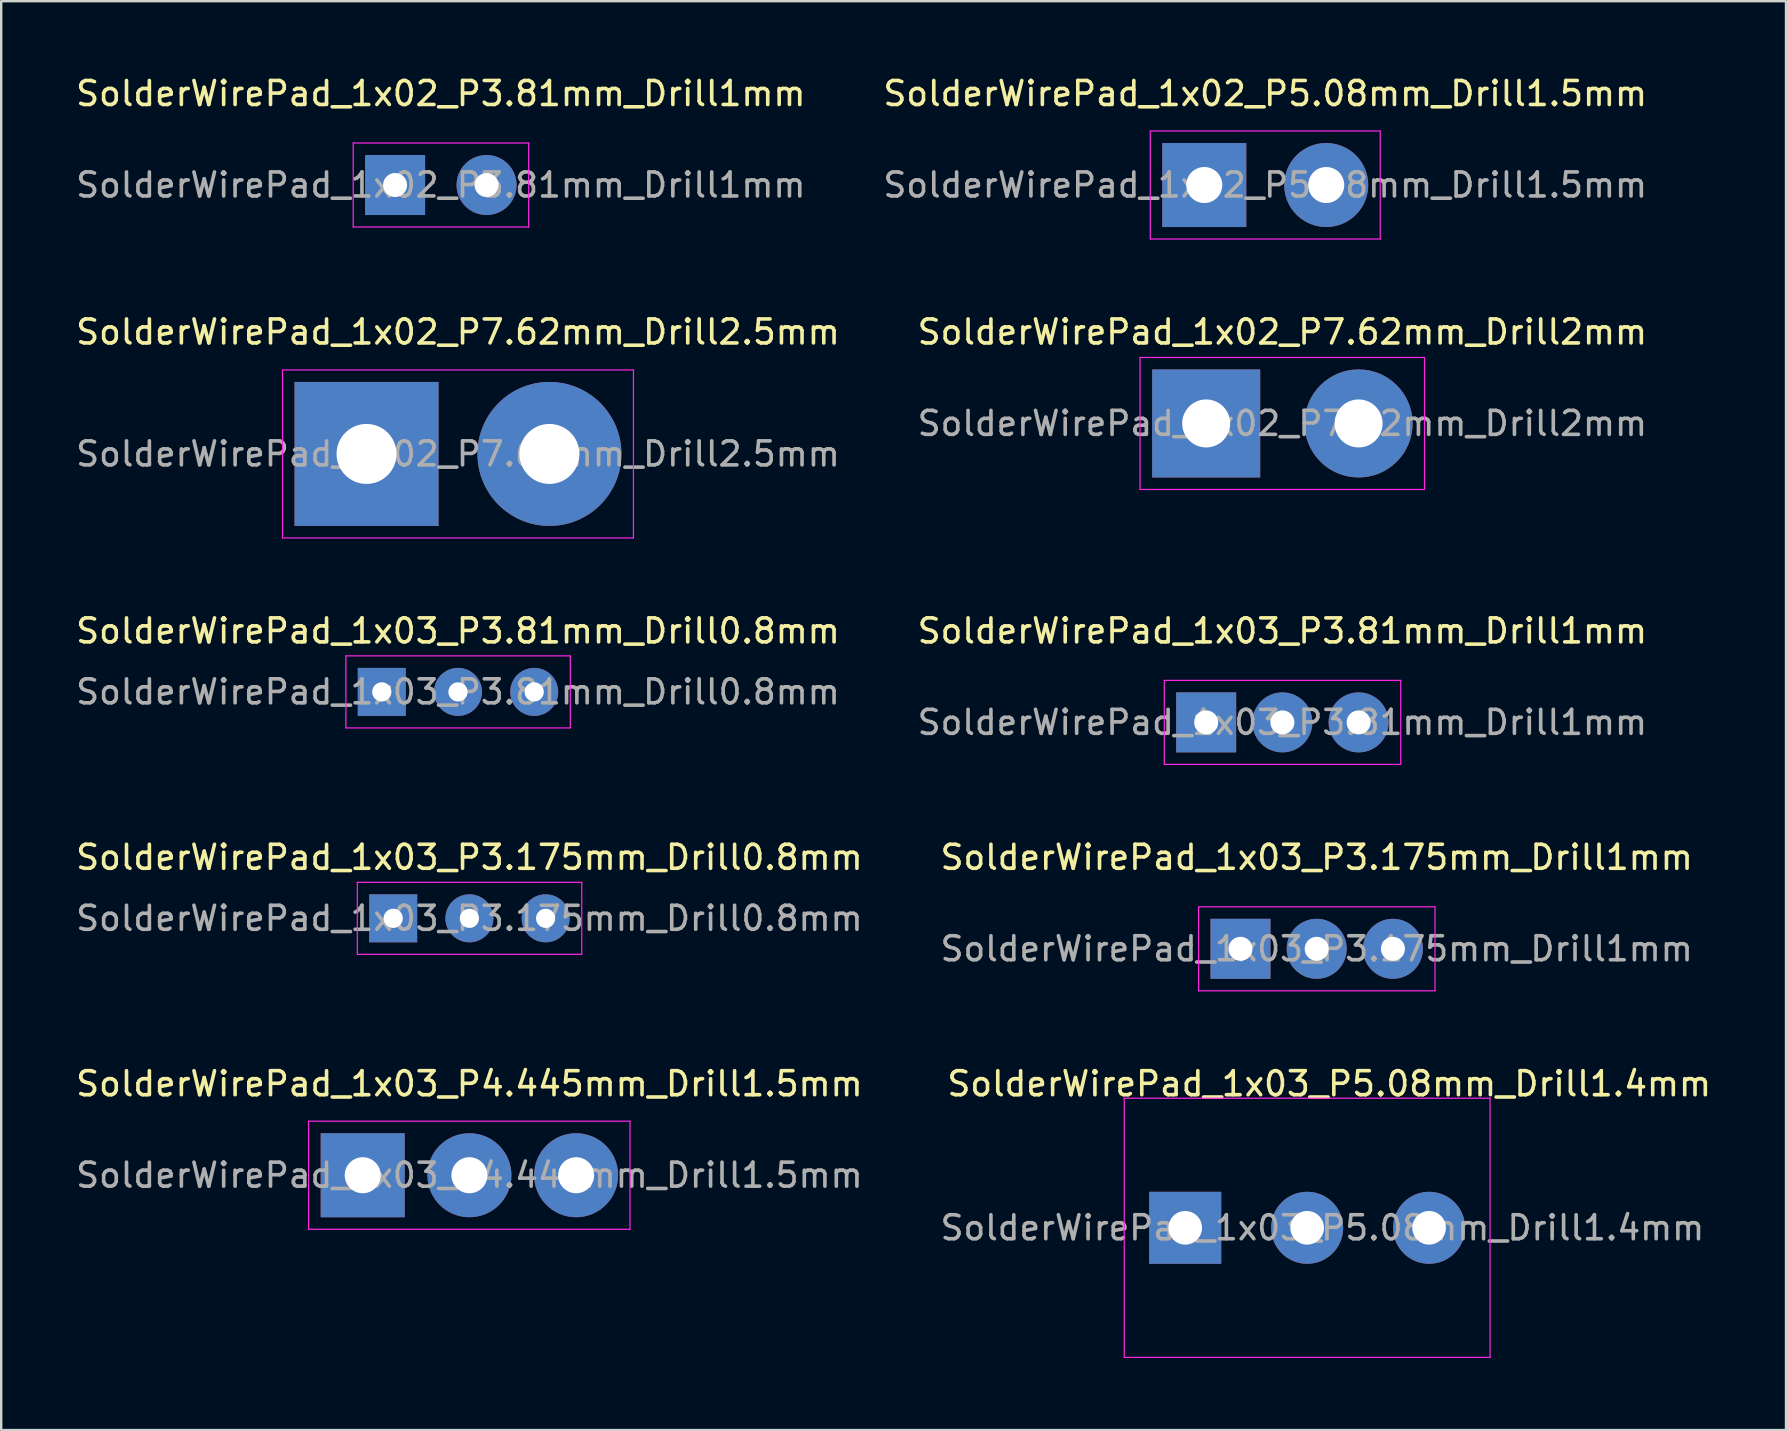
<source format=kicad_pcb>
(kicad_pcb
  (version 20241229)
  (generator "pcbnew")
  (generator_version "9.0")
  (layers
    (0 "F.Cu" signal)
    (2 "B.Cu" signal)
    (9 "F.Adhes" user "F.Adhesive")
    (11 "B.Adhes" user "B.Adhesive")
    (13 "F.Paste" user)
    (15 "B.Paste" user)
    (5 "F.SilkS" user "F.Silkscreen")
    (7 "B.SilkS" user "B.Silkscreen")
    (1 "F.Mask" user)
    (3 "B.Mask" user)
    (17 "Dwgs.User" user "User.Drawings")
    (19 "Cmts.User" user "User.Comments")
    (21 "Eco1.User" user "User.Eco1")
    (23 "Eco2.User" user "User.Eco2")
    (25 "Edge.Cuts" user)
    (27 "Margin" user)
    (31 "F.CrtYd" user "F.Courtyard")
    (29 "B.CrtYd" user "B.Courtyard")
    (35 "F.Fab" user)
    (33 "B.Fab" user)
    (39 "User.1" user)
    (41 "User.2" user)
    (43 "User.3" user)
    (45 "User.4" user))
  (footprint "SolderWirePad_1x02_P7.62mm_Drill2.5mm"
    (layer "F.Cu")
    (at 16.03 15.861)
    (property "Reference" "SolderWirePad_1x02_P7.62mm_Drill2.5mm" (at 0 -5.08 0) (layer "F.SilkS") (effects (font (size 1 1) (thickness 0.15))))
    (attr exclude_from_pos_files exclude_from_bom)
    (fp_line (start -7.31 -3.5) (end -7.31 3.5) (stroke (width 0.05) (type solid)) (layer "F.CrtYd"))
    (fp_line (start -7.31 -3.5) (end 7.31 -3.5) (stroke (width 0.05) (type solid)) (layer "F.CrtYd"))
    (fp_line (start 7.31 3.5) (end -7.31 3.5) (stroke (width 0.05) (type solid)) (layer "F.CrtYd"))
    (fp_line (start 7.31 3.5) (end 7.31 -3.5) (stroke (width 0.05) (type solid)) (layer "F.CrtYd"))
    (fp_text user "${REFERENCE}" (at 0 0 0) (layer "F.Fab") (effects (font (size 1 1) (thickness 0.15))))
    (pad "1" thru_hole rect (at -3.81 0) (size 5.999 5.999) (drill 2.499) (layers "*.Cu" "*.Mask"))
    (pad "2" thru_hole circle (at 3.81 0) (size 5.999 5.999) (drill 2.499) (layers "*.Cu" "*.Mask")))
  (footprint "SolderWirePad_1x02_P3.81mm_Drill1mm"
    (layer "F.Cu")
    (at 13.41 4.658)
    (property "Reference" "SolderWirePad_1x02_P3.81mm_Drill1mm" (at 1.905 -3.81 0) (layer "F.SilkS") (effects (font (size 1 1) (thickness 0.15))))
    (attr exclude_from_pos_files exclude_from_bom)
    (fp_line (start -1.745 -1.75) (end -1.745 1.75) (stroke (width 0.05) (type solid)) (layer "F.CrtYd"))
    (fp_line (start -1.745 -1.75) (end 5.565 -1.75) (stroke (width 0.05) (type solid)) (layer "F.CrtYd"))
    (fp_line (start 5.565 1.75) (end -1.745 1.75) (stroke (width 0.05) (type solid)) (layer "F.CrtYd"))
    (fp_line (start 5.565 1.75) (end 5.565 -1.75) (stroke (width 0.05) (type solid)) (layer "F.CrtYd"))
    (fp_text user "${REFERENCE}" (at 1.905 0 0) (layer "F.Fab") (effects (font (size 1 1) (thickness 0.15))))
    (pad "1" thru_hole rect (at 0 0) (size 2.499 2.499) (drill 1.001) (layers "*.Cu" "*.Mask"))
    (pad "2" thru_hole circle (at 3.81 0) (size 2.499 2.499) (drill 1.001) (layers "*.Cu" "*.Mask")))
  (footprint "SolderWirePad_1x03_P3.175mm_Drill0.8mm"
    (layer "F.Cu")
    (at 13.331 35.208)
    (property "Reference" "SolderWirePad_1x03_P3.175mm_Drill0.8mm" (at 3.175 -2.54 0) (layer "F.SilkS") (effects (font (size 1 1) (thickness 0.15))))
    (attr exclude_from_pos_files exclude_from_bom)
    (fp_line (start -1.495 -1.5) (end -1.495 1.5) (stroke (width 0.05) (type solid)) (layer "F.CrtYd"))
    (fp_line (start -1.495 -1.5) (end 7.855 -1.5) (stroke (width 0.05) (type solid)) (layer "F.CrtYd"))
    (fp_line (start 7.855 1.5) (end -1.495 1.5) (stroke (width 0.05) (type solid)) (layer "F.CrtYd"))
    (fp_line (start 7.855 1.5) (end 7.855 -1.5) (stroke (width 0.05) (type solid)) (layer "F.CrtYd"))
    (fp_text user "${REFERENCE}" (at 3.175 0 0) (layer "F.Fab") (effects (font (size 1 1) (thickness 0.15))))
    (pad "1" thru_hole rect (at 0 0) (size 1.999 1.999) (drill 0.8) (layers "*.Cu" "*.Mask"))
    (pad "2" thru_hole circle (at 3.175 0) (size 1.999 1.999) (drill 0.8) (layers "*.Cu" "*.Mask"))
    (pad "3" thru_hole circle (at 6.35 0) (size 1.999 1.999) (drill 0.8) (layers "*.Cu" "*.Mask")))
  (footprint "SolderWirePad_1x03_P3.175mm_Drill1mm"
    (layer "F.Cu")
    (at 48.629 36.478)
    (property "Reference" "SolderWirePad_1x03_P3.175mm_Drill1mm" (at 3.175 -3.81 0) (layer "F.SilkS") (effects (font (size 1 1) (thickness 0.15))))
    (attr exclude_from_pos_files exclude_from_bom)
    (fp_line (start -1.745 -1.75) (end -1.745 1.75) (stroke (width 0.05) (type solid)) (layer "F.CrtYd"))
    (fp_line (start -1.745 -1.75) (end 8.105 -1.75) (stroke (width 0.05) (type solid)) (layer "F.CrtYd"))
    (fp_line (start 8.105 1.75) (end -1.745 1.75) (stroke (width 0.05) (type solid)) (layer "F.CrtYd"))
    (fp_line (start 8.105 1.75) (end 8.105 -1.75) (stroke (width 0.05) (type solid)) (layer "F.CrtYd"))
    (fp_text user "${REFERENCE}" (at 3.175 0 0) (layer "F.Fab") (effects (font (size 1 1) (thickness 0.15))))
    (pad "1" thru_hole rect (at 0 0) (size 2.499 2.499) (drill 1.001) (layers "*.Cu" "*.Mask"))
    (pad "2" thru_hole circle (at 3.175 0) (size 2.499 2.499) (drill 1.001) (layers "*.Cu" "*.Mask"))
    (pad "3" thru_hole circle (at 6.35 0) (size 2.499 2.499) (drill 1.001) (layers "*.Cu" "*.Mask")))
  (footprint "SolderWirePad_1x03_P5.08mm_Drill1.4mm"
    (layer "F.Cu")
    (at 46.327 48.101)
    (property "Reference" "SolderWirePad_1x03_P5.08mm_Drill1.4mm" (at 6 -6 0) (layer "F.SilkS") (effects (font (size 1 1) (thickness 0.15))))
    (attr exclude_from_pos_files exclude_from_bom)
    (fp_line (start -2.54 -5.4) (end -2.54 5.4) (stroke (width 0.05) (type solid)) (layer "F.CrtYd"))
    (fp_line (start -2.54 -5.4) (end 12.7 -5.4) (stroke (width 0.05) (type solid)) (layer "F.CrtYd"))
    (fp_line (start 12.7 5.4) (end -2.54 5.4) (stroke (width 0.05) (type solid)) (layer "F.CrtYd"))
    (fp_line (start 12.7 5.4) (end 12.7 -5.4) (stroke (width 0.05) (type solid)) (layer "F.CrtYd"))
    (fp_text user "${REFERENCE}" (at 5.715 0 0) (layer "F.Fab") (effects (font (size 1 1) (thickness 0.15))))
    (pad "1" thru_hole rect (at 0 0) (size 3 3) (drill 1.4) (layers "*.Cu" "*.Mask"))
    (pad "2" thru_hole circle (at 5.08 0) (size 3 3) (drill 1.4) (layers "*.Cu" "*.Mask"))
    (pad "3" thru_hole circle (at 10.16 0) (size 3 3) (drill 1.4) (layers "*.Cu" "*.Mask")))
  (footprint "SolderWirePad_1x03_P4.445mm_Drill1.5mm"
    (layer "F.Cu")
    (at 12.061 45.911)
    (property "Reference" "SolderWirePad_1x03_P4.445mm_Drill1.5mm" (at 4.445 -3.81 0) (layer "F.SilkS") (effects (font (size 1 1) (thickness 0.15))))
    (attr exclude_from_pos_files exclude_from_bom)
    (fp_line (start -2.255 -2.25) (end -2.255 2.25) (stroke (width 0.05) (type solid)) (layer "F.CrtYd"))
    (fp_line (start -2.255 -2.25) (end 11.135 -2.25) (stroke (width 0.05) (type solid)) (layer "F.CrtYd"))
    (fp_line (start 11.135 2.25) (end -2.255 2.25) (stroke (width 0.05) (type solid)) (layer "F.CrtYd"))
    (fp_line (start 11.135 2.25) (end 11.135 -2.25) (stroke (width 0.05) (type solid)) (layer "F.CrtYd"))
    (fp_text user "${REFERENCE}" (at 4.445 0 0) (layer "F.Fab") (effects (font (size 1 1) (thickness 0.15))))
    (pad "1" thru_hole rect (at 0 0) (size 3.5 3.5) (drill 1.501) (layers "*.Cu" "*.Mask"))
    (pad "2" thru_hole circle (at 4.445 0) (size 3.5 3.5) (drill 1.501) (layers "*.Cu" "*.Mask"))
    (pad "3" thru_hole circle (at 8.89 0) (size 3.5 3.5) (drill 1.501) (layers "*.Cu" "*.Mask")))
  (footprint "SolderWirePad_1x02_P5.08mm_Drill1.5mm"
    (layer "F.Cu")
    (at 49.661 4.658)
    (property "Reference" "SolderWirePad_1x02_P5.08mm_Drill1.5mm" (at 0 -3.81 0) (layer "F.SilkS") (effects (font (size 1 1) (thickness 0.15))))
    (attr exclude_from_pos_files exclude_from_bom)
    (fp_line (start -4.79 -2.25) (end -4.79 2.25) (stroke (width 0.05) (type solid)) (layer "F.CrtYd"))
    (fp_line (start -4.79 -2.25) (end 4.79 -2.25) (stroke (width 0.05) (type solid)) (layer "F.CrtYd"))
    (fp_line (start 4.79 2.25) (end -4.79 2.25) (stroke (width 0.05) (type solid)) (layer "F.CrtYd"))
    (fp_line (start 4.79 2.25) (end 4.79 -2.25) (stroke (width 0.05) (type solid)) (layer "F.CrtYd"))
    (fp_text user "${REFERENCE}" (at 0 0 0) (layer "F.Fab") (effects (font (size 1 1) (thickness 0.15))))
    (pad "1" thru_hole rect (at -2.54 0) (size 3.5 3.5) (drill 1.501) (layers "*.Cu" "*.Mask"))
    (pad "2" thru_hole circle (at 2.54 0) (size 3.5 3.5) (drill 1.501) (layers "*.Cu" "*.Mask")))
  (footprint "SolderWirePad_1x03_P3.81mm_Drill1mm"
    (layer "F.Cu")
    (at 50.375 27.045)
    (property "Reference" "SolderWirePad_1x03_P3.81mm_Drill1mm" (at 0 -3.81 0) (layer "F.SilkS") (effects (font (size 1 1) (thickness 0.15))))
    (attr exclude_from_pos_files exclude_from_bom)
    (fp_line (start -4.92 -1.75) (end -4.92 1.75) (stroke (width 0.05) (type solid)) (layer "F.CrtYd"))
    (fp_line (start -4.92 -1.75) (end 4.93 -1.75) (stroke (width 0.05) (type solid)) (layer "F.CrtYd"))
    (fp_line (start 4.93 1.75) (end -4.92 1.75) (stroke (width 0.05) (type solid)) (layer "F.CrtYd"))
    (fp_line (start 4.93 1.75) (end 4.93 -1.75) (stroke (width 0.05) (type solid)) (layer "F.CrtYd"))
    (fp_text user "${REFERENCE}" (at 0 0 0) (layer "F.Fab") (effects (font (size 1 1) (thickness 0.15))))
    (pad "1" thru_hole rect (at -3.175 0) (size 2.499 2.499) (drill 1.001) (layers "*.Cu" "*.Mask"))
    (pad "2" thru_hole circle (at 0 0) (size 2.499 2.499) (drill 1.001) (layers "*.Cu" "*.Mask"))
    (pad "3" thru_hole circle (at 3.175 0) (size 2.499 2.499) (drill 1.001) (layers "*.Cu" "*.Mask")))
  (footprint "SolderWirePad_1x03_P3.81mm_Drill0.8mm"
    (layer "F.Cu")
    (at 16.03 25.775)
    (property "Reference" "SolderWirePad_1x03_P3.81mm_Drill0.8mm" (at 0 -2.54 0) (layer "F.SilkS") (effects (font (size 1 1) (thickness 0.15))))
    (attr exclude_from_pos_files exclude_from_bom)
    (fp_line (start -4.67 -1.5) (end -4.67 1.5) (stroke (width 0.05) (type solid)) (layer "F.CrtYd"))
    (fp_line (start -4.67 -1.5) (end 4.68 -1.5) (stroke (width 0.05) (type solid)) (layer "F.CrtYd"))
    (fp_line (start 4.68 1.5) (end -4.67 1.5) (stroke (width 0.05) (type solid)) (layer "F.CrtYd"))
    (fp_line (start 4.68 1.5) (end 4.68 -1.5) (stroke (width 0.05) (type solid)) (layer "F.CrtYd"))
    (fp_text user "${REFERENCE}" (at 0 0 0) (layer "F.Fab") (effects (font (size 1 1) (thickness 0.15))))
    (pad "1" thru_hole rect (at -3.175 0) (size 1.999 1.999) (drill 0.8) (layers "*.Cu" "*.Mask"))
    (pad "2" thru_hole circle (at 0 0) (size 1.999 1.999) (drill 0.8) (layers "*.Cu" "*.Mask"))
    (pad "3" thru_hole circle (at 3.175 0) (size 1.999 1.999) (drill 0.8) (layers "*.Cu" "*.Mask")))
  (footprint "SolderWirePad_1x02_P7.62mm_Drill2mm"
    (layer "F.Cu")
    (at 50.375 14.591)
    (property "Reference" "SolderWirePad_1x02_P7.62mm_Drill2mm" (at 0 -3.81 0) (layer "F.SilkS") (effects (font (size 1 1) (thickness 0.15))))
    (attr exclude_from_pos_files exclude_from_bom)
    (fp_line (start -5.93 -2.75) (end -5.93 2.75) (stroke (width 0.05) (type solid)) (layer "F.CrtYd"))
    (fp_line (start -5.93 -2.75) (end 5.92 -2.75) (stroke (width 0.05) (type solid)) (layer "F.CrtYd"))
    (fp_line (start 5.92 2.75) (end -5.93 2.75) (stroke (width 0.05) (type solid)) (layer "F.CrtYd"))
    (fp_line (start 5.92 2.75) (end 5.92 -2.75) (stroke (width 0.05) (type solid)) (layer "F.CrtYd"))
    (fp_text user "${REFERENCE}" (at 0 0 0) (layer "F.Fab") (effects (font (size 1 1) (thickness 0.15))))
    (pad "1" thru_hole rect (at -3.175 0) (size 4.501 4.501) (drill 1.999) (layers "*.Cu" "*.Mask"))
    (pad "2" thru_hole circle (at 3.175 0) (size 4.501 4.501) (drill 1.999) (layers "*.Cu" "*.Mask")))
  (gr_rect
    (start -3 -3)
    (end 71.356 56.526)
    (stroke (width 0.1) (type default))
    (fill no)
    (layer "Edge.Cuts")))
</source>
